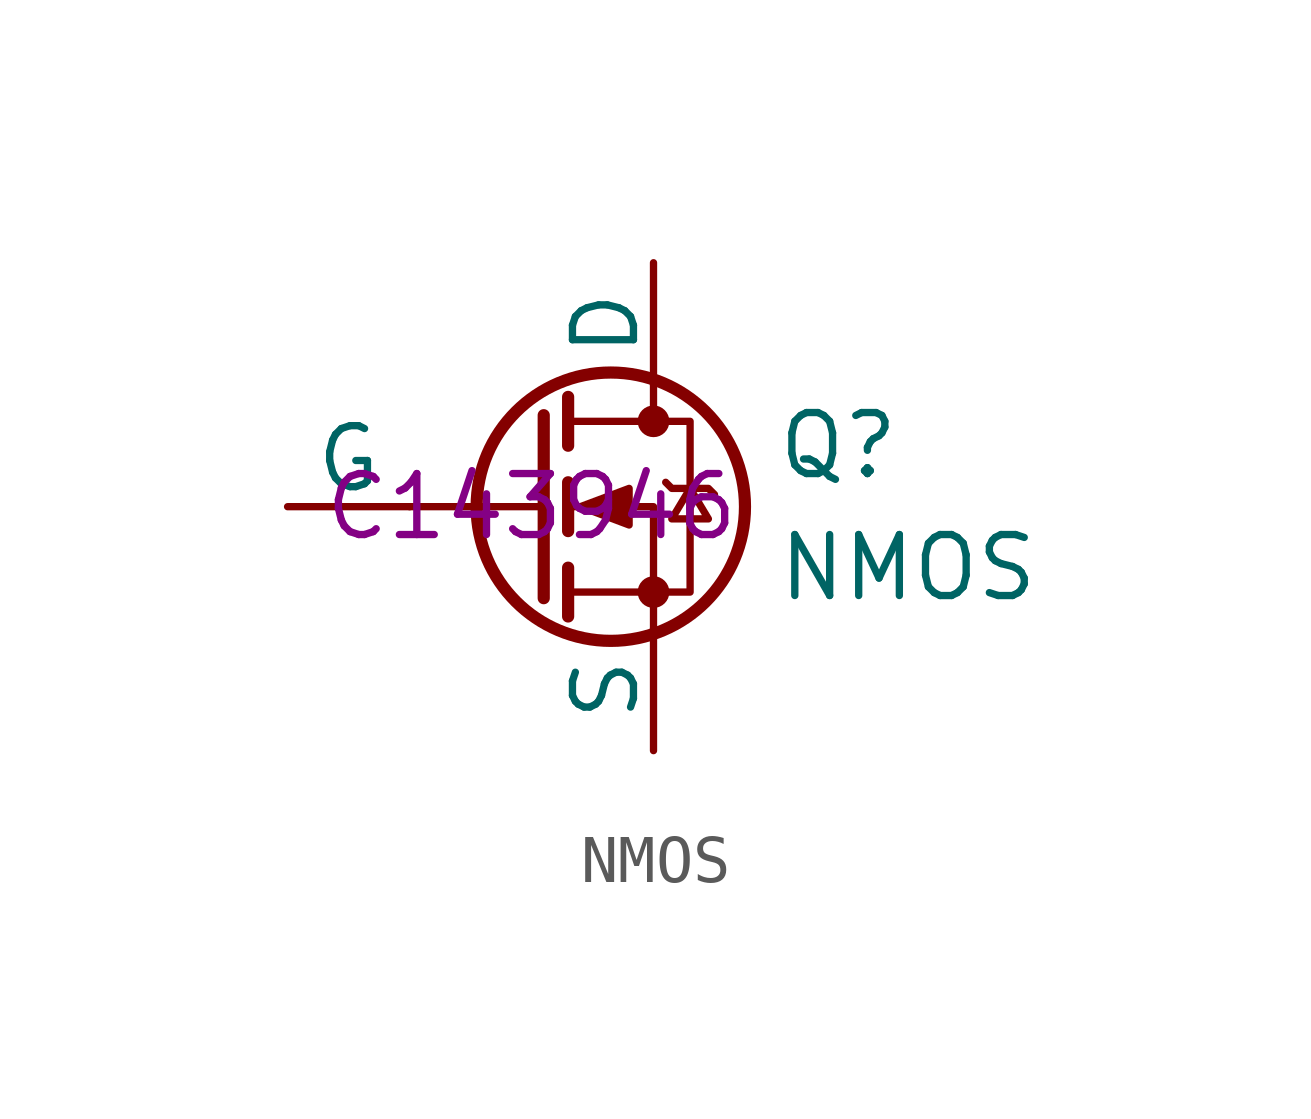
<source format=kicad_sym>
(kicad_symbol_lib
  (version 20220914)
  (generator kicad_symbol_editor)
  (symbol "NMOS"
    (pin_numbers hide)
    (pin_names
      (offset 0))
    (property "Reference" "Q"
      (at 5.08 1.27 0)
      (effects (font (size 1.27 1.27)) (justify left)))
    (property "Value" "NMOS"
      (at 5.08 -1.27 0)
      (effects (font (size 1.27 1.27)) (justify left)))
    (property "JLC Part" "C143946"
      (at 0 0 0)
      (effects (font (size 1.27 1.27))))
    (symbol "NMOS_0_1"
      (polyline (pts (xy 0.254 0) (xy -2.54 0)) (stroke (width 0) (type default)) (fill (type none)))
      (polyline (pts (xy 0.254 1.905) (xy 0.254 -1.905)) (stroke (width 0.254) (type default)) (fill (type none)))
      (polyline (pts (xy 0.762 -1.27) (xy 0.762 -2.286)) (stroke (width 0.254) (type default)) (fill (type none)))
      (polyline (pts (xy 0.762 0.508) (xy 0.762 -0.508)) (stroke (width 0.254) (type default)) (fill (type none)))
      (polyline (pts (xy 0.762 2.286) (xy 0.762 1.27)) (stroke (width 0.254) (type default)) (fill (type none)))
      (polyline (pts (xy 2.54 2.54) (xy 2.54 1.778)) (stroke (width 0) (type default)) (fill (type none)))
      (polyline (pts (xy 2.54 -2.54) (xy 2.54 0) (xy 0.762 0)) (stroke (width 0) (type default)) (fill (type none)))
      (polyline (pts (xy 0.762 -1.778) (xy 3.302 -1.778) (xy 3.302 1.778) (xy 0.762 1.778)) (stroke (width 0) (type default)) (fill (type none)))
      (polyline (pts (xy 1.016 0) (xy 2.032 0.381) (xy 2.032 -0.381) (xy 1.016 0)) (stroke (width 0) (type default)) (fill (type outline)))
      (polyline (pts (xy 2.794 0.508) (xy 2.921 0.381) (xy 3.683 0.381) (xy 3.81 0.254)) (stroke (width 0) (type default)) (fill (type none)))
      (polyline (pts (xy 3.302 0.381) (xy 2.921 -0.254) (xy 3.683 -0.254) (xy 3.302 0.381)) (stroke (width 0) (type default)) (fill (type none)))
      (circle (center 1.651 0) (radius 2.794) (stroke (width 0.254) (type default)) (fill (type none)))
      (circle (center 2.54 -1.778) (radius 0.254) (stroke (width 0) (type default)) (fill (type outline)))
      (circle (center 2.54 1.778) (radius 0.254) (stroke (width 0) (type default)) (fill (type outline))))
    (symbol "NMOS_1_1"
      (pin passive line (at 2.54 5.08 270) (length 2.54) (name "D" (effects (font (size 1.27 1.27)))) (number "1" (effects (font (size 1.27 1.27)))))
      (pin input line (at -5.08 0 0) (length 2.54) (name "G" (effects (font (size 1.27 1.27)))) (number "2" (effects (font (size 1.27 1.27)))))
      (pin passive line (at 2.54 -5.08 90) (length 2.54) (name "S" (effects (font (size 1.27 1.27)))) (number "3" (effects (font (size 1.27 1.27))))))))
</source>
